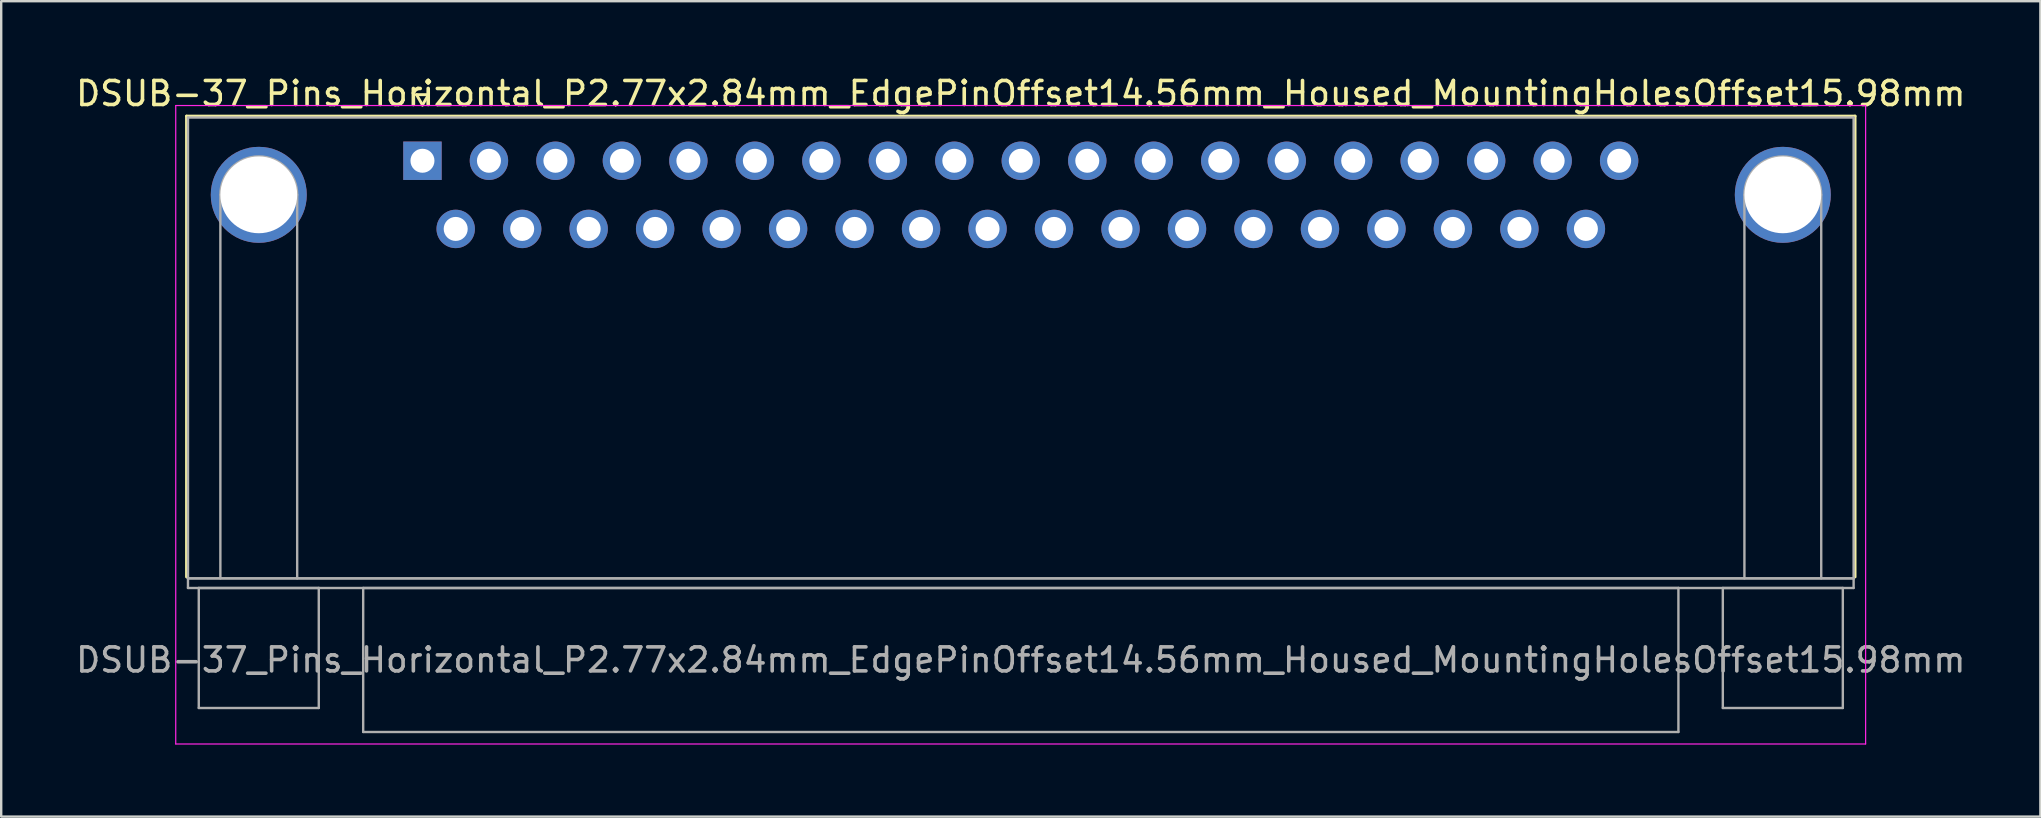
<source format=kicad_pcb>
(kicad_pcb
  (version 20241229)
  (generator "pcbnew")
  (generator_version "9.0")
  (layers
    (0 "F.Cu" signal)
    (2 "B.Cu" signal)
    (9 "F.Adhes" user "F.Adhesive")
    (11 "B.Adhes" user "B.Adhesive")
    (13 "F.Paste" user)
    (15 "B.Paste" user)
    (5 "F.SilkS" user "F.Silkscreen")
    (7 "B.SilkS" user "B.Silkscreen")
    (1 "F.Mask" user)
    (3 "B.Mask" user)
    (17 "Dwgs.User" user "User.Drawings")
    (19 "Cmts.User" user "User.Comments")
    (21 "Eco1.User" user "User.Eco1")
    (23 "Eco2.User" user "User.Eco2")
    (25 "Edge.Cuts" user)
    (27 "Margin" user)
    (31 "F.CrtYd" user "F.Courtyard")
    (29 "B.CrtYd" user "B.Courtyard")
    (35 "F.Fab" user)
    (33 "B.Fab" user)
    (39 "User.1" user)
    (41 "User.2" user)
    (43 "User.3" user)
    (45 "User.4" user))
  (footprint "DSUB-37_Pins_Horizontal_P2.77x2.84mm_EdgePinOffset14.56mm_Housed_MountingHolesOffset15.98mm"
    (layer "F.Cu")
    (at 14.552 3.648)
    (property "Reference" "DSUB-37_Pins_Horizontal_P2.77x2.84mm_EdgePinOffset14.56mm_Housed_MountingHolesOffset15.98mm" (at 24.93 -2.8 0) (layer "F.SilkS") (effects (font (size 1 1) (thickness 0.15))))
    (attr through_hole)
    (fp_line (start -9.83 -1.86) (end 59.69 -1.86) (stroke (width 0.12) (type solid)) (layer "F.SilkS"))
    (fp_line (start -9.83 17.34) (end -9.83 -1.86) (stroke (width 0.12) (type solid)) (layer "F.SilkS"))
    (fp_line (start -0.25 -2.754) (end 0.25 -2.754) (stroke (width 0.12) (type solid)) (layer "F.SilkS"))
    (fp_line (start 0 -2.321) (end -0.25 -2.754) (stroke (width 0.12) (type solid)) (layer "F.SilkS"))
    (fp_line (start 0.25 -2.754) (end 0 -2.321) (stroke (width 0.12) (type solid)) (layer "F.SilkS"))
    (fp_line (start 59.69 -1.86) (end 59.69 17.34) (stroke (width 0.12) (type solid)) (layer "F.SilkS"))
    (fp_line (start -10.28 -2.3) (end -10.28 24.3) (stroke (width 0.05) (type solid)) (layer "F.CrtYd"))
    (fp_line (start -10.28 24.3) (end 60.13 24.3) (stroke (width 0.05) (type solid)) (layer "F.CrtYd"))
    (fp_line (start 60.13 -2.3) (end -10.28 -2.3) (stroke (width 0.05) (type solid)) (layer "F.CrtYd"))
    (fp_line (start 60.13 24.3) (end 60.13 -2.3) (stroke (width 0.05) (type solid)) (layer "F.CrtYd"))
    (fp_line (start -9.77 -1.8) (end -9.77 17.4) (stroke (width 0.1) (type solid)) (layer "F.Fab"))
    (fp_line (start -9.77 17.4) (end -9.77 17.8) (stroke (width 0.1) (type solid)) (layer "F.Fab"))
    (fp_line (start -9.77 17.4) (end 59.63 17.4) (stroke (width 0.1) (type solid)) (layer "F.Fab"))
    (fp_line (start -9.77 17.8) (end 59.63 17.8) (stroke (width 0.1) (type solid)) (layer "F.Fab"))
    (fp_line (start -9.32 17.8) (end -9.32 22.8) (stroke (width 0.1) (type solid)) (layer "F.Fab"))
    (fp_line (start -9.32 22.8) (end -4.32 22.8) (stroke (width 0.1) (type solid)) (layer "F.Fab"))
    (fp_line (start -8.42 17.4) (end -8.42 1.42) (stroke (width 0.1) (type solid)) (layer "F.Fab"))
    (fp_line (start -5.22 17.4) (end -5.22 1.42) (stroke (width 0.1) (type solid)) (layer "F.Fab"))
    (fp_line (start -4.32 17.8) (end -9.32 17.8) (stroke (width 0.1) (type solid)) (layer "F.Fab"))
    (fp_line (start -4.32 22.8) (end -4.32 17.8) (stroke (width 0.1) (type solid)) (layer "F.Fab"))
    (fp_line (start -2.47 17.8) (end -2.47 23.8) (stroke (width 0.1) (type solid)) (layer "F.Fab"))
    (fp_line (start -2.47 23.8) (end 52.33 23.8) (stroke (width 0.1) (type solid)) (layer "F.Fab"))
    (fp_line (start 52.33 17.8) (end -2.47 17.8) (stroke (width 0.1) (type solid)) (layer "F.Fab"))
    (fp_line (start 52.33 23.8) (end 52.33 17.8) (stroke (width 0.1) (type solid)) (layer "F.Fab"))
    (fp_line (start 54.18 17.8) (end 54.18 22.8) (stroke (width 0.1) (type solid)) (layer "F.Fab"))
    (fp_line (start 54.18 22.8) (end 59.18 22.8) (stroke (width 0.1) (type solid)) (layer "F.Fab"))
    (fp_line (start 55.08 17.4) (end 55.08 1.42) (stroke (width 0.1) (type solid)) (layer "F.Fab"))
    (fp_line (start 58.28 17.4) (end 58.28 1.42) (stroke (width 0.1) (type solid)) (layer "F.Fab"))
    (fp_line (start 59.18 17.8) (end 54.18 17.8) (stroke (width 0.1) (type solid)) (layer "F.Fab"))
    (fp_line (start 59.18 22.8) (end 59.18 17.8) (stroke (width 0.1) (type solid)) (layer "F.Fab"))
    (fp_line (start 59.63 -1.8) (end -9.77 -1.8) (stroke (width 0.1) (type solid)) (layer "F.Fab"))
    (fp_line (start 59.63 17.4) (end -9.77 17.4) (stroke (width 0.1) (type solid)) (layer "F.Fab"))
    (fp_line (start 59.63 17.4) (end 59.63 -1.8) (stroke (width 0.1) (type solid)) (layer "F.Fab"))
    (fp_line (start 59.63 17.8) (end 59.63 17.4) (stroke (width 0.1) (type solid)) (layer "F.Fab"))
    (fp_arc (start -8.42 1.42) (mid -6.82 -0.18) (end -5.22 1.42) (stroke (width 0.1) (type solid)) (layer "F.Fab"))
    (fp_arc (start 55.08 1.42) (mid 56.68 -0.18) (end 58.28 1.42) (stroke (width 0.1) (type solid)) (layer "F.Fab"))
    (fp_text user "${REFERENCE}" (at 24.93 20.8 0) (layer "F.Fab") (effects (font (size 1 1) (thickness 0.15))))
    (pad "0" thru_hole circle (at -6.82 1.42) (size 4 4) (drill 3.2) (layers "*.Cu" "*.Mask"))
    (pad "0" thru_hole circle (at 56.68 1.42) (size 4 4) (drill 3.2) (layers "*.Cu" "*.Mask"))
    (pad "1" thru_hole rect (at 0 0) (size 1.6 1.6) (drill 1) (layers "*.Cu" "*.Mask"))
    (pad "2" thru_hole circle (at 2.77 0) (size 1.6 1.6) (drill 1) (layers "*.Cu" "*.Mask"))
    (pad "3" thru_hole circle (at 5.54 0) (size 1.6 1.6) (drill 1) (layers "*.Cu" "*.Mask"))
    (pad "4" thru_hole circle (at 8.31 0) (size 1.6 1.6) (drill 1) (layers "*.Cu" "*.Mask"))
    (pad "5" thru_hole circle (at 11.08 0) (size 1.6 1.6) (drill 1) (layers "*.Cu" "*.Mask"))
    (pad "6" thru_hole circle (at 13.85 0) (size 1.6 1.6) (drill 1) (layers "*.Cu" "*.Mask"))
    (pad "7" thru_hole circle (at 16.62 0) (size 1.6 1.6) (drill 1) (layers "*.Cu" "*.Mask"))
    (pad "8" thru_hole circle (at 19.39 0) (size 1.6 1.6) (drill 1) (layers "*.Cu" "*.Mask"))
    (pad "9" thru_hole circle (at 22.16 0) (size 1.6 1.6) (drill 1) (layers "*.Cu" "*.Mask"))
    (pad "10" thru_hole circle (at 24.93 0) (size 1.6 1.6) (drill 1) (layers "*.Cu" "*.Mask"))
    (pad "11" thru_hole circle (at 27.7 0) (size 1.6 1.6) (drill 1) (layers "*.Cu" "*.Mask"))
    (pad "12" thru_hole circle (at 30.47 0) (size 1.6 1.6) (drill 1) (layers "*.Cu" "*.Mask"))
    (pad "13" thru_hole circle (at 33.24 0) (size 1.6 1.6) (drill 1) (layers "*.Cu" "*.Mask"))
    (pad "14" thru_hole circle (at 36.01 0) (size 1.6 1.6) (drill 1) (layers "*.Cu" "*.Mask"))
    (pad "15" thru_hole circle (at 38.78 0) (size 1.6 1.6) (drill 1) (layers "*.Cu" "*.Mask"))
    (pad "16" thru_hole circle (at 41.55 0) (size 1.6 1.6) (drill 1) (layers "*.Cu" "*.Mask"))
    (pad "17" thru_hole circle (at 44.32 0) (size 1.6 1.6) (drill 1) (layers "*.Cu" "*.Mask"))
    (pad "18" thru_hole circle (at 47.09 0) (size 1.6 1.6) (drill 1) (layers "*.Cu" "*.Mask"))
    (pad "19" thru_hole circle (at 49.86 0) (size 1.6 1.6) (drill 1) (layers "*.Cu" "*.Mask"))
    (pad "20" thru_hole circle (at 1.385 2.84) (size 1.6 1.6) (drill 1) (layers "*.Cu" "*.Mask"))
    (pad "21" thru_hole circle (at 4.155 2.84) (size 1.6 1.6) (drill 1) (layers "*.Cu" "*.Mask"))
    (pad "22" thru_hole circle (at 6.925 2.84) (size 1.6 1.6) (drill 1) (layers "*.Cu" "*.Mask"))
    (pad "23" thru_hole circle (at 9.695 2.84) (size 1.6 1.6) (drill 1) (layers "*.Cu" "*.Mask"))
    (pad "24" thru_hole circle (at 12.465 2.84) (size 1.6 1.6) (drill 1) (layers "*.Cu" "*.Mask"))
    (pad "25" thru_hole circle (at 15.235 2.84) (size 1.6 1.6) (drill 1) (layers "*.Cu" "*.Mask"))
    (pad "26" thru_hole circle (at 18.005 2.84) (size 1.6 1.6) (drill 1) (layers "*.Cu" "*.Mask"))
    (pad "27" thru_hole circle (at 20.775 2.84) (size 1.6 1.6) (drill 1) (layers "*.Cu" "*.Mask"))
    (pad "28" thru_hole circle (at 23.545 2.84) (size 1.6 1.6) (drill 1) (layers "*.Cu" "*.Mask"))
    (pad "29" thru_hole circle (at 26.315 2.84) (size 1.6 1.6) (drill 1) (layers "*.Cu" "*.Mask"))
    (pad "30" thru_hole circle (at 29.085 2.84) (size 1.6 1.6) (drill 1) (layers "*.Cu" "*.Mask"))
    (pad "31" thru_hole circle (at 31.855 2.84) (size 1.6 1.6) (drill 1) (layers "*.Cu" "*.Mask"))
    (pad "32" thru_hole circle (at 34.625 2.84) (size 1.6 1.6) (drill 1) (layers "*.Cu" "*.Mask"))
    (pad "33" thru_hole circle (at 37.395 2.84) (size 1.6 1.6) (drill 1) (layers "*.Cu" "*.Mask"))
    (pad "34" thru_hole circle (at 40.165 2.84) (size 1.6 1.6) (drill 1) (layers "*.Cu" "*.Mask"))
    (pad "35" thru_hole circle (at 42.935 2.84) (size 1.6 1.6) (drill 1) (layers "*.Cu" "*.Mask"))
    (pad "36" thru_hole circle (at 45.705 2.84) (size 1.6 1.6) (drill 1) (layers "*.Cu" "*.Mask"))
    (pad "37" thru_hole circle (at 48.475 2.84) (size 1.6 1.6) (drill 1) (layers "*.Cu" "*.Mask")))
  (gr_rect
    (start -3 -3)
    (end 81.964 30.973)
    (stroke (width 0.1) (type default))
    (fill no)
    (layer "Edge.Cuts")))
</source>
